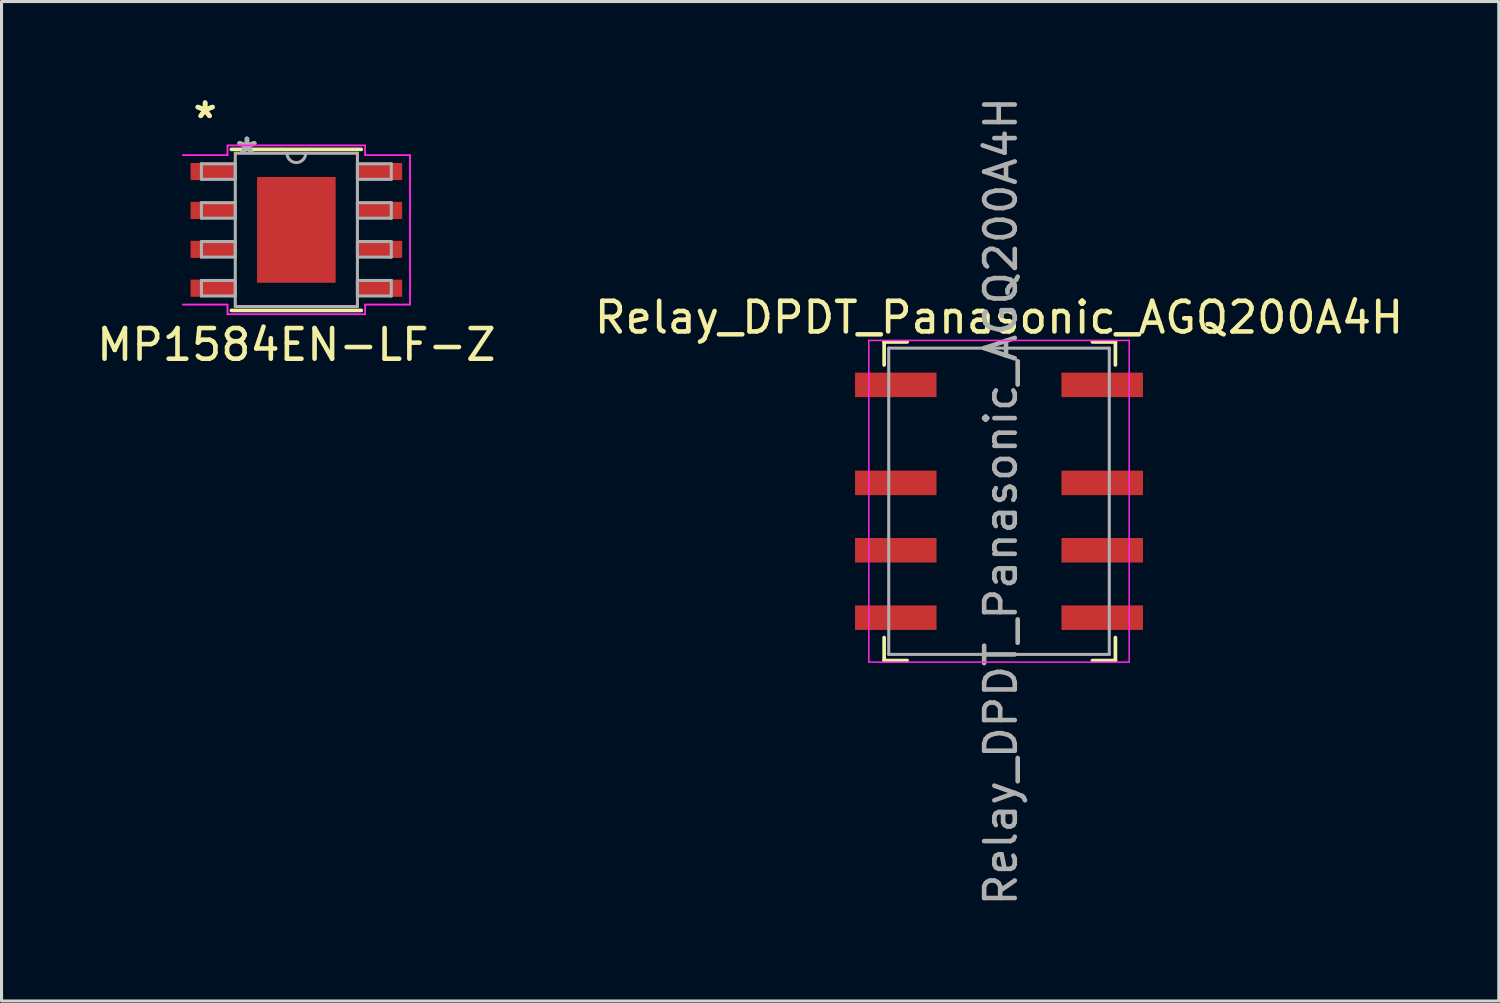
<source format=kicad_pcb>
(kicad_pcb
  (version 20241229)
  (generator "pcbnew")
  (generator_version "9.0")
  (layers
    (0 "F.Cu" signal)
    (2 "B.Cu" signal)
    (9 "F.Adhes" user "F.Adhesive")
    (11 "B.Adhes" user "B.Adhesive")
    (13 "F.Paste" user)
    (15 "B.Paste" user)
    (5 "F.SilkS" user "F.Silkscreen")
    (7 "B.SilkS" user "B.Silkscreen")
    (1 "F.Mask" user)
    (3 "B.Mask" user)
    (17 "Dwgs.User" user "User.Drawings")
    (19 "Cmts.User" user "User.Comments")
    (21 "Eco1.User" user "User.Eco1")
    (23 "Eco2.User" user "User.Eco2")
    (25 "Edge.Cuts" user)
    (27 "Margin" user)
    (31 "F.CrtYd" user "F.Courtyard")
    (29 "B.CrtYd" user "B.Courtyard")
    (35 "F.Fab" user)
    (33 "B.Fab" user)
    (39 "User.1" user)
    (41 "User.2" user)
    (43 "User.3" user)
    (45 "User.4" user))
  (footprint "MP1584EN-LF-Z"
    (layer "F.Cu")
    (at 6.625 4.455)
    (property "Reference" "MP1584EN-LF-Z" (at 0 3.75 0) (layer "F.SilkS") (effects (font (size 1 1) (thickness 0.15))))
    (attr through_hole)
    (fp_line (start -2.121 2.629) (end 2.121 2.629) (stroke (width 0.12) (type solid)) (layer "F.SilkS"))
    (fp_line (start 2.121 -2.629) (end -2.121 -2.629) (stroke (width 0.12) (type solid)) (layer "F.SilkS"))
    (fp_poly (pts (xy -1.183 -1.627) (xy -1.183 -0.1) (xy -0.1 -0.1) (xy -0.1 -1.627)) (stroke (width 0.1) (type solid)) (fill yes) (layer "F.Paste"))
    (fp_poly (pts (xy -1.183 0.1) (xy -1.183 1.627) (xy -0.1 1.627) (xy -0.1 0.1)) (stroke (width 0.1) (type solid)) (fill yes) (layer "F.Paste"))
    (fp_poly (pts (xy 0.1 -1.627) (xy 0.1 -0.1) (xy 1.183 -0.1) (xy 1.183 -1.627)) (stroke (width 0.1) (type solid)) (fill yes) (layer "F.Paste"))
    (fp_poly (pts (xy 0.1 0.1) (xy 0.1 1.627) (xy 1.183 1.627) (xy 1.183 0.1)) (stroke (width 0.1) (type solid)) (fill yes) (layer "F.Paste"))
    (fp_line (start -3.708 -2.438) (end -2.248 -2.438) (stroke (width 0.05) (type solid)) (layer "F.CrtYd"))
    (fp_line (start -3.708 -2.438) (end -2.248 -2.438) (stroke (width 0.05) (type solid)) (layer "F.CrtYd"))
    (fp_line (start -3.708 2.438) (end -2.248 2.438) (stroke (width 0.05) (type solid)) (layer "F.CrtYd"))
    (fp_line (start -2.248 -2.756) (end 2.248 -2.756) (stroke (width 0.05) (type solid)) (layer "F.CrtYd"))
    (fp_line (start -2.248 -2.756) (end 2.248 -2.756) (stroke (width 0.05) (type solid)) (layer "F.CrtYd"))
    (fp_line (start -2.248 -2.438) (end -2.248 -2.756) (stroke (width 0.05) (type solid)) (layer "F.CrtYd"))
    (fp_line (start -2.248 -2.438) (end -2.248 -2.756) (stroke (width 0.05) (type solid)) (layer "F.CrtYd"))
    (fp_line (start -2.248 2.438) (end -3.708 2.438) (stroke (width 0.05) (type solid)) (layer "F.CrtYd"))
    (fp_line (start -2.248 2.756) (end -2.248 2.438) (stroke (width 0.05) (type solid)) (layer "F.CrtYd"))
    (fp_line (start -2.248 2.756) (end -2.248 2.438) (stroke (width 0.05) (type solid)) (layer "F.CrtYd"))
    (fp_line (start 2.248 -2.756) (end 2.248 -2.438) (stroke (width 0.05) (type solid)) (layer "F.CrtYd"))
    (fp_line (start 2.248 -2.756) (end 2.248 -2.438) (stroke (width 0.05) (type solid)) (layer "F.CrtYd"))
    (fp_line (start 2.248 -2.438) (end 3.708 -2.438) (stroke (width 0.05) (type solid)) (layer "F.CrtYd"))
    (fp_line (start 2.248 2.438) (end 2.248 2.756) (stroke (width 0.05) (type solid)) (layer "F.CrtYd"))
    (fp_line (start 2.248 2.438) (end 2.248 2.756) (stroke (width 0.05) (type solid)) (layer "F.CrtYd"))
    (fp_line (start 2.248 2.756) (end -2.248 2.756) (stroke (width 0.05) (type solid)) (layer "F.CrtYd"))
    (fp_line (start 2.248 2.756) (end -2.248 2.756) (stroke (width 0.05) (type solid)) (layer "F.CrtYd"))
    (fp_line (start 3.708 -2.438) (end 2.248 -2.438) (stroke (width 0.05) (type solid)) (layer "F.CrtYd"))
    (fp_line (start 3.708 -2.438) (end 3.708 2.438) (stroke (width 0.05) (type solid)) (layer "F.CrtYd"))
    (fp_line (start 3.708 -2.438) (end 3.708 2.438) (stroke (width 0.05) (type solid)) (layer "F.CrtYd"))
    (fp_line (start 3.708 2.438) (end 2.248 2.438) (stroke (width 0.05) (type solid)) (layer "F.CrtYd"))
    (fp_line (start 3.708 2.438) (end 2.248 2.438) (stroke (width 0.05) (type solid)) (layer "F.CrtYd"))
    (fp_line (start -3.099 -2.159) (end -3.099 -1.651) (stroke (width 0.1) (type solid)) (layer "F.Fab"))
    (fp_line (start -3.099 -1.651) (end -1.994 -1.651) (stroke (width 0.1) (type solid)) (layer "F.Fab"))
    (fp_line (start -3.099 -0.889) (end -3.099 -0.381) (stroke (width 0.1) (type solid)) (layer "F.Fab"))
    (fp_line (start -3.099 -0.381) (end -1.994 -0.381) (stroke (width 0.1) (type solid)) (layer "F.Fab"))
    (fp_line (start -3.099 0.381) (end -3.099 0.889) (stroke (width 0.1) (type solid)) (layer "F.Fab"))
    (fp_line (start -3.099 0.889) (end -1.994 0.889) (stroke (width 0.1) (type solid)) (layer "F.Fab"))
    (fp_line (start -3.099 1.651) (end -3.099 2.159) (stroke (width 0.1) (type solid)) (layer "F.Fab"))
    (fp_line (start -3.099 2.159) (end -1.994 2.159) (stroke (width 0.1) (type solid)) (layer "F.Fab"))
    (fp_line (start -1.994 -2.502) (end -1.994 2.502) (stroke (width 0.1) (type solid)) (layer "F.Fab"))
    (fp_line (start -1.994 -2.159) (end -3.099 -2.159) (stroke (width 0.1) (type solid)) (layer "F.Fab"))
    (fp_line (start -1.994 -1.651) (end -1.994 -2.159) (stroke (width 0.1) (type solid)) (layer "F.Fab"))
    (fp_line (start -1.994 -0.889) (end -3.099 -0.889) (stroke (width 0.1) (type solid)) (layer "F.Fab"))
    (fp_line (start -1.994 -0.381) (end -1.994 -0.889) (stroke (width 0.1) (type solid)) (layer "F.Fab"))
    (fp_line (start -1.994 0.381) (end -3.099 0.381) (stroke (width 0.1) (type solid)) (layer "F.Fab"))
    (fp_line (start -1.994 0.889) (end -1.994 0.381) (stroke (width 0.1) (type solid)) (layer "F.Fab"))
    (fp_line (start -1.994 1.651) (end -3.099 1.651) (stroke (width 0.1) (type solid)) (layer "F.Fab"))
    (fp_line (start -1.994 2.159) (end -1.994 1.651) (stroke (width 0.1) (type solid)) (layer "F.Fab"))
    (fp_line (start -1.994 2.502) (end 1.994 2.502) (stroke (width 0.1) (type solid)) (layer "F.Fab"))
    (fp_line (start 1.994 -2.502) (end -1.994 -2.502) (stroke (width 0.1) (type solid)) (layer "F.Fab"))
    (fp_line (start 1.994 -2.159) (end 1.994 -1.651) (stroke (width 0.1) (type solid)) (layer "F.Fab"))
    (fp_line (start 1.994 -1.651) (end 3.099 -1.651) (stroke (width 0.1) (type solid)) (layer "F.Fab"))
    (fp_line (start 1.994 -0.889) (end 1.994 -0.381) (stroke (width 0.1) (type solid)) (layer "F.Fab"))
    (fp_line (start 1.994 -0.381) (end 3.099 -0.381) (stroke (width 0.1) (type solid)) (layer "F.Fab"))
    (fp_line (start 1.994 0.381) (end 1.994 0.889) (stroke (width 0.1) (type solid)) (layer "F.Fab"))
    (fp_line (start 1.994 0.889) (end 3.099 0.889) (stroke (width 0.1) (type solid)) (layer "F.Fab"))
    (fp_line (start 1.994 1.651) (end 1.994 2.159) (stroke (width 0.1) (type solid)) (layer "F.Fab"))
    (fp_line (start 1.994 2.159) (end 3.099 2.159) (stroke (width 0.1) (type solid)) (layer "F.Fab"))
    (fp_line (start 1.994 2.502) (end 1.994 -2.502) (stroke (width 0.1) (type solid)) (layer "F.Fab"))
    (fp_line (start 3.099 -2.159) (end 1.994 -2.159) (stroke (width 0.1) (type solid)) (layer "F.Fab"))
    (fp_line (start 3.099 -1.651) (end 3.099 -2.159) (stroke (width 0.1) (type solid)) (layer "F.Fab"))
    (fp_line (start 3.099 -0.889) (end 1.994 -0.889) (stroke (width 0.1) (type solid)) (layer "F.Fab"))
    (fp_line (start 3.099 -0.381) (end 3.099 -0.889) (stroke (width 0.1) (type solid)) (layer "F.Fab"))
    (fp_line (start 3.099 0.381) (end 1.994 0.381) (stroke (width 0.1) (type solid)) (layer "F.Fab"))
    (fp_line (start 3.099 0.889) (end 3.099 0.381) (stroke (width 0.1) (type solid)) (layer "F.Fab"))
    (fp_line (start 3.099 1.651) (end 1.994 1.651) (stroke (width 0.1) (type solid)) (layer "F.Fab"))
    (fp_line (start 3.099 2.159) (end 3.099 1.651) (stroke (width 0.1) (type solid)) (layer "F.Fab"))
    (fp_arc (start 0.3048 -2.5019) (mid 0 -2.1971) (end -0.3048 -2.5019) (stroke (width 0.1) (type solid)) (layer "F.Fab"))
    (fp_text user "*" (at -2.978 -3.607 0) (layer "F.SilkS") (effects (font (size 1 1) (thickness 0.15))))
    (fp_text user "*" (at -2.978 -3.607 0) (layer "F.SilkS") (effects (font (size 1 1) (thickness 0.15))))
    (fp_text user "*" (at -1.613 -2.426 0) (layer "F.Fab") (effects (font (size 1 1) (thickness 0.15))))
    (fp_text user "*" (at -1.613 -2.426 0) (layer "F.Fab") (effects (font (size 1 1) (thickness 0.15))))
    (pad "1" smd rect (at -2.724 -1.905) (size 1.46 0.559) (layers "F.Cu" "F.Mask" "F.Paste"))
    (pad "2" smd rect (at -2.724 -0.635) (size 1.46 0.559) (layers "F.Cu" "F.Mask" "F.Paste"))
    (pad "3" smd rect (at -2.724 0.635) (size 1.46 0.559) (layers "F.Cu" "F.Mask" "F.Paste"))
    (pad "4" smd rect (at -2.724 1.905) (size 1.46 0.559) (layers "F.Cu" "F.Mask" "F.Paste"))
    (pad "5" smd rect (at 2.724 1.905) (size 1.46 0.559) (layers "F.Cu" "F.Mask" "F.Paste"))
    (pad "6" smd rect (at 2.724 0.635) (size 1.46 0.559) (layers "F.Cu" "F.Mask" "F.Paste"))
    (pad "7" smd rect (at 2.724 -0.635) (size 1.46 0.559) (layers "F.Cu" "F.Mask" "F.Paste"))
    (pad "8" smd rect (at 2.724 -1.905) (size 1.46 0.559) (layers "F.Cu" "F.Mask" "F.Paste"))
    (pad "EPAD" smd rect (at 0 0) (size 2.565 3.454) (layers "F.Cu" "F.Mask")))
  (footprint "Relay_DPDT_Panasonic_AGQ200A4H"
    (layer "F.Cu")
    (at 29.565 13.315)
    (property "Reference" "Relay_DPDT_Panasonic_AGQ200A4H" (at 0 -6 0) (layer "F.SilkS") (effects (font (size 1 1) (thickness 0.15))))
    (attr smd)
    (fp_line (start -3.75 -5.2) (end -3.75 -4.45) (stroke (width 0.12) (type solid)) (layer "F.SilkS"))
    (fp_line (start -3.75 4.45) (end -3.75 5.2) (stroke (width 0.12) (type solid)) (layer "F.SilkS"))
    (fp_line (start -3.75 5.2) (end -3 5.2) (stroke (width 0.12) (type solid)) (layer "F.SilkS"))
    (fp_line (start -3 -5.2) (end -3.75 -5.2) (stroke (width 0.12) (type solid)) (layer "F.SilkS"))
    (fp_line (start 3.05 -5.2) (end 3.8 -5.2) (stroke (width 0.12) (type solid)) (layer "F.SilkS"))
    (fp_line (start 3.05 5.2) (end 3.8 5.2) (stroke (width 0.12) (type solid)) (layer "F.SilkS"))
    (fp_line (start 3.8 -5.2) (end 3.8 -4.45) (stroke (width 0.12) (type solid)) (layer "F.SilkS"))
    (fp_line (start 3.8 4.45) (end 3.8 5.2) (stroke (width 0.12) (type solid)) (layer "F.SilkS"))
    (fp_line (start -4.25 -5.25) (end -4.25 5.25) (stroke (width 0.05) (type solid)) (layer "F.CrtYd"))
    (fp_line (start -4.25 5.25) (end 4.25 5.25) (stroke (width 0.05) (type solid)) (layer "F.CrtYd"))
    (fp_line (start 4.25 -5.25) (end -4.25 -5.25) (stroke (width 0.05) (type solid)) (layer "F.CrtYd"))
    (fp_line (start 4.25 5.25) (end 4.25 -5.25) (stroke (width 0.05) (type solid)) (layer "F.CrtYd"))
    (fp_line (start -3.6 -5) (end 3.6 -5) (stroke (width 0.1) (type solid)) (layer "F.Fab"))
    (fp_line (start -3.6 5) (end -3.6 -5) (stroke (width 0.1) (type solid)) (layer "F.Fab"))
    (fp_line (start 3.6 -5) (end 3.6 5) (stroke (width 0.1) (type solid)) (layer "F.Fab"))
    (fp_line (start 3.6 5) (end -3.6 5) (stroke (width 0.1) (type solid)) (layer "F.Fab"))
    (fp_text user "${REFERENCE}" (at 0.06 0 90) (layer "F.Fab") (effects (font (size 1 1) (thickness 0.15))))
    (pad "1" smd rect (at -3.37 -3.8) (size 2.66 0.8) (layers "F.Cu" "F.Mask" "F.Paste"))
    (pad "2" smd rect (at -3.37 -0.6) (size 2.66 0.8) (layers "F.Cu" "F.Mask" "F.Paste"))
    (pad "3" smd rect (at -3.37 1.6) (size 2.66 0.8) (layers "F.Cu" "F.Mask" "F.Paste"))
    (pad "4" smd rect (at -3.37 3.8) (size 2.66 0.8) (layers "F.Cu" "F.Mask" "F.Paste"))
    (pad "5" smd rect (at 3.37 3.8) (size 2.66 0.8) (layers "F.Cu" "F.Mask" "F.Paste"))
    (pad "6" smd rect (at 3.37 1.6) (size 2.66 0.8) (layers "F.Cu" "F.Mask" "F.Paste"))
    (pad "7" smd rect (at 3.37 -0.6) (size 2.66 0.8) (layers "F.Cu" "F.Mask" "F.Paste"))
    (pad "8" smd rect (at 3.37 -3.8) (size 2.66 0.8) (layers "F.Cu" "F.Mask" "F.Paste")))
  (gr_rect
    (start -3 -3)
    (end 45.881 29.631)
    (stroke (width 0.1) (type default))
    (fill no)
    (layer "Edge.Cuts")))
</source>
